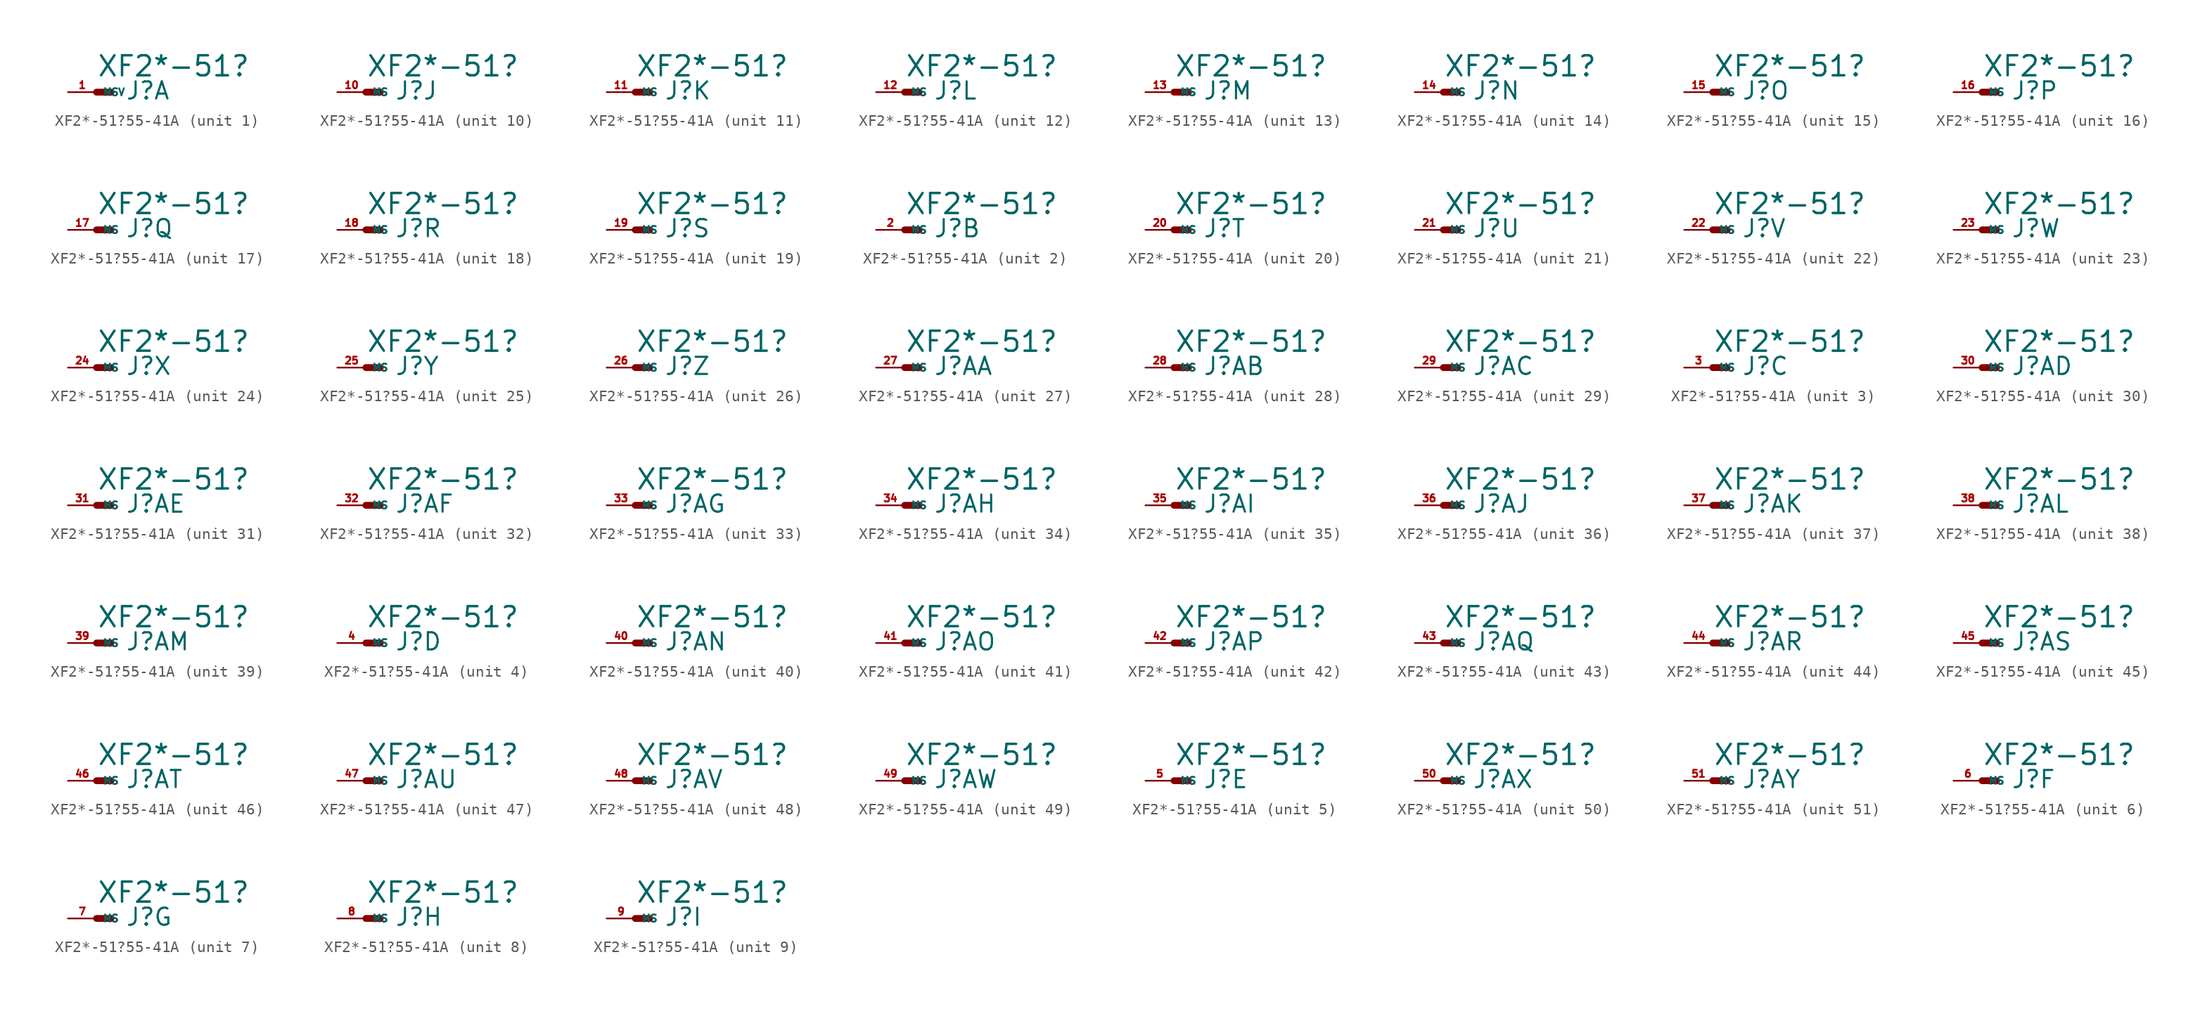
<source format=kicad_sym>
(kicad_symbol_lib
  (version 20220914)
  (generator Eagle2Kicad)
  (symbol "XF2*-51?55-41A"
    (property "Reference" "J"
      (at 2.54 -0.762 0)
      (effects (font (size 1.524 1.524) (thickness 0.19)) (justify left bottom)))
    (property "Value" "XF2*-51?"
      (at 0 1.27 0)
      (effects (font (size 1.778 1.778) (thickness 0.22)) (justify left bottom)))
    (symbol "XF2*-51?55-41A_1_0"
      (polyline (pts (xy 0 0) (xy 1.27 0)) (stroke (width 0.61) (type default)) (fill (type none)))
      (pin passive line (at -2.54 0 0) (length 2.54) (name "MSV" (effects (font (size 0.635 0.635) (thickness 0.08)) (justify left bottom))) (number "1" (effects (font (size 0.635 0.635) (thickness 0.08)) (justify left bottom)))))
    (symbol "XF2*-51?55-41A_2_0"
      (polyline (pts (xy 0 0) (xy 1.27 0)) (stroke (width 0.61) (type default)) (fill (type none)))
      (pin passive line (at -2.54 0 0) (length 2.54) (name "MS" (effects (font (size 0.635 0.635) (thickness 0.08)) (justify left bottom))) (number "2" (effects (font (size 0.635 0.635) (thickness 0.08)) (justify left bottom)))))
    (symbol "XF2*-51?55-41A_3_0"
      (polyline (pts (xy 0 0) (xy 1.27 0)) (stroke (width 0.61) (type default)) (fill (type none)))
      (pin passive line (at -2.54 0 0) (length 2.54) (name "MS" (effects (font (size 0.635 0.635) (thickness 0.08)) (justify left bottom))) (number "3" (effects (font (size 0.635 0.635) (thickness 0.08)) (justify left bottom)))))
    (symbol "XF2*-51?55-41A_4_0"
      (polyline (pts (xy 0 0) (xy 1.27 0)) (stroke (width 0.61) (type default)) (fill (type none)))
      (pin passive line (at -2.54 0 0) (length 2.54) (name "MS" (effects (font (size 0.635 0.635) (thickness 0.08)) (justify left bottom))) (number "4" (effects (font (size 0.635 0.635) (thickness 0.08)) (justify left bottom)))))
    (symbol "XF2*-51?55-41A_5_0"
      (polyline (pts (xy 0 0) (xy 1.27 0)) (stroke (width 0.61) (type default)) (fill (type none)))
      (pin passive line (at -2.54 0 0) (length 2.54) (name "MS" (effects (font (size 0.635 0.635) (thickness 0.08)) (justify left bottom))) (number "5" (effects (font (size 0.635 0.635) (thickness 0.08)) (justify left bottom)))))
    (symbol "XF2*-51?55-41A_6_0"
      (polyline (pts (xy 0 0) (xy 1.27 0)) (stroke (width 0.61) (type default)) (fill (type none)))
      (pin passive line (at -2.54 0 0) (length 2.54) (name "MS" (effects (font (size 0.635 0.635) (thickness 0.08)) (justify left bottom))) (number "6" (effects (font (size 0.635 0.635) (thickness 0.08)) (justify left bottom)))))
    (symbol "XF2*-51?55-41A_7_0"
      (polyline (pts (xy 0 0) (xy 1.27 0)) (stroke (width 0.61) (type default)) (fill (type none)))
      (pin passive line (at -2.54 0 0) (length 2.54) (name "MS" (effects (font (size 0.635 0.635) (thickness 0.08)) (justify left bottom))) (number "7" (effects (font (size 0.635 0.635) (thickness 0.08)) (justify left bottom)))))
    (symbol "XF2*-51?55-41A_8_0"
      (polyline (pts (xy 0 0) (xy 1.27 0)) (stroke (width 0.61) (type default)) (fill (type none)))
      (pin passive line (at -2.54 0 0) (length 2.54) (name "MS" (effects (font (size 0.635 0.635) (thickness 0.08)) (justify left bottom))) (number "8" (effects (font (size 0.635 0.635) (thickness 0.08)) (justify left bottom)))))
    (symbol "XF2*-51?55-41A_9_0"
      (polyline (pts (xy 0 0) (xy 1.27 0)) (stroke (width 0.61) (type default)) (fill (type none)))
      (pin passive line (at -2.54 0 0) (length 2.54) (name "MS" (effects (font (size 0.635 0.635) (thickness 0.08)) (justify left bottom))) (number "9" (effects (font (size 0.635 0.635) (thickness 0.08)) (justify left bottom)))))
    (symbol "XF2*-51?55-41A_10_0"
      (polyline (pts (xy 0 0) (xy 1.27 0)) (stroke (width 0.61) (type default)) (fill (type none)))
      (pin passive line (at -2.54 0 0) (length 2.54) (name "MS" (effects (font (size 0.635 0.635) (thickness 0.08)) (justify left bottom))) (number "10" (effects (font (size 0.635 0.635) (thickness 0.08)) (justify left bottom)))))
    (symbol "XF2*-51?55-41A_11_0"
      (polyline (pts (xy 0 0) (xy 1.27 0)) (stroke (width 0.61) (type default)) (fill (type none)))
      (pin passive line (at -2.54 0 0) (length 2.54) (name "MS" (effects (font (size 0.635 0.635) (thickness 0.08)) (justify left bottom))) (number "11" (effects (font (size 0.635 0.635) (thickness 0.08)) (justify left bottom)))))
    (symbol "XF2*-51?55-41A_12_0"
      (polyline (pts (xy 0 0) (xy 1.27 0)) (stroke (width 0.61) (type default)) (fill (type none)))
      (pin passive line (at -2.54 0 0) (length 2.54) (name "MS" (effects (font (size 0.635 0.635) (thickness 0.08)) (justify left bottom))) (number "12" (effects (font (size 0.635 0.635) (thickness 0.08)) (justify left bottom)))))
    (symbol "XF2*-51?55-41A_13_0"
      (polyline (pts (xy 0 0) (xy 1.27 0)) (stroke (width 0.61) (type default)) (fill (type none)))
      (pin passive line (at -2.54 0 0) (length 2.54) (name "MS" (effects (font (size 0.635 0.635) (thickness 0.08)) (justify left bottom))) (number "13" (effects (font (size 0.635 0.635) (thickness 0.08)) (justify left bottom)))))
    (symbol "XF2*-51?55-41A_14_0"
      (polyline (pts (xy 0 0) (xy 1.27 0)) (stroke (width 0.61) (type default)) (fill (type none)))
      (pin passive line (at -2.54 0 0) (length 2.54) (name "MS" (effects (font (size 0.635 0.635) (thickness 0.08)) (justify left bottom))) (number "14" (effects (font (size 0.635 0.635) (thickness 0.08)) (justify left bottom)))))
    (symbol "XF2*-51?55-41A_15_0"
      (polyline (pts (xy 0 0) (xy 1.27 0)) (stroke (width 0.61) (type default)) (fill (type none)))
      (pin passive line (at -2.54 0 0) (length 2.54) (name "MS" (effects (font (size 0.635 0.635) (thickness 0.08)) (justify left bottom))) (number "15" (effects (font (size 0.635 0.635) (thickness 0.08)) (justify left bottom)))))
    (symbol "XF2*-51?55-41A_16_0"
      (polyline (pts (xy 0 0) (xy 1.27 0)) (stroke (width 0.61) (type default)) (fill (type none)))
      (pin passive line (at -2.54 0 0) (length 2.54) (name "MS" (effects (font (size 0.635 0.635) (thickness 0.08)) (justify left bottom))) (number "16" (effects (font (size 0.635 0.635) (thickness 0.08)) (justify left bottom)))))
    (symbol "XF2*-51?55-41A_17_0"
      (polyline (pts (xy 0 0) (xy 1.27 0)) (stroke (width 0.61) (type default)) (fill (type none)))
      (pin passive line (at -2.54 0 0) (length 2.54) (name "MS" (effects (font (size 0.635 0.635) (thickness 0.08)) (justify left bottom))) (number "17" (effects (font (size 0.635 0.635) (thickness 0.08)) (justify left bottom)))))
    (symbol "XF2*-51?55-41A_18_0"
      (polyline (pts (xy 0 0) (xy 1.27 0)) (stroke (width 0.61) (type default)) (fill (type none)))
      (pin passive line (at -2.54 0 0) (length 2.54) (name "MS" (effects (font (size 0.635 0.635) (thickness 0.08)) (justify left bottom))) (number "18" (effects (font (size 0.635 0.635) (thickness 0.08)) (justify left bottom)))))
    (symbol "XF2*-51?55-41A_19_0"
      (polyline (pts (xy 0 0) (xy 1.27 0)) (stroke (width 0.61) (type default)) (fill (type none)))
      (pin passive line (at -2.54 0 0) (length 2.54) (name "MS" (effects (font (size 0.635 0.635) (thickness 0.08)) (justify left bottom))) (number "19" (effects (font (size 0.635 0.635) (thickness 0.08)) (justify left bottom)))))
    (symbol "XF2*-51?55-41A_20_0"
      (polyline (pts (xy 0 0) (xy 1.27 0)) (stroke (width 0.61) (type default)) (fill (type none)))
      (pin passive line (at -2.54 0 0) (length 2.54) (name "MS" (effects (font (size 0.635 0.635) (thickness 0.08)) (justify left bottom))) (number "20" (effects (font (size 0.635 0.635) (thickness 0.08)) (justify left bottom)))))
    (symbol "XF2*-51?55-41A_21_0"
      (polyline (pts (xy 0 0) (xy 1.27 0)) (stroke (width 0.61) (type default)) (fill (type none)))
      (pin passive line (at -2.54 0 0) (length 2.54) (name "MS" (effects (font (size 0.635 0.635) (thickness 0.08)) (justify left bottom))) (number "21" (effects (font (size 0.635 0.635) (thickness 0.08)) (justify left bottom)))))
    (symbol "XF2*-51?55-41A_22_0"
      (polyline (pts (xy 0 0) (xy 1.27 0)) (stroke (width 0.61) (type default)) (fill (type none)))
      (pin passive line (at -2.54 0 0) (length 2.54) (name "MS" (effects (font (size 0.635 0.635) (thickness 0.08)) (justify left bottom))) (number "22" (effects (font (size 0.635 0.635) (thickness 0.08)) (justify left bottom)))))
    (symbol "XF2*-51?55-41A_23_0"
      (polyline (pts (xy 0 0) (xy 1.27 0)) (stroke (width 0.61) (type default)) (fill (type none)))
      (pin passive line (at -2.54 0 0) (length 2.54) (name "MS" (effects (font (size 0.635 0.635) (thickness 0.08)) (justify left bottom))) (number "23" (effects (font (size 0.635 0.635) (thickness 0.08)) (justify left bottom)))))
    (symbol "XF2*-51?55-41A_24_0"
      (polyline (pts (xy 0 0) (xy 1.27 0)) (stroke (width 0.61) (type default)) (fill (type none)))
      (pin passive line (at -2.54 0 0) (length 2.54) (name "MS" (effects (font (size 0.635 0.635) (thickness 0.08)) (justify left bottom))) (number "24" (effects (font (size 0.635 0.635) (thickness 0.08)) (justify left bottom)))))
    (symbol "XF2*-51?55-41A_25_0"
      (polyline (pts (xy 0 0) (xy 1.27 0)) (stroke (width 0.61) (type default)) (fill (type none)))
      (pin passive line (at -2.54 0 0) (length 2.54) (name "MS" (effects (font (size 0.635 0.635) (thickness 0.08)) (justify left bottom))) (number "25" (effects (font (size 0.635 0.635) (thickness 0.08)) (justify left bottom)))))
    (symbol "XF2*-51?55-41A_26_0"
      (polyline (pts (xy 0 0) (xy 1.27 0)) (stroke (width 0.61) (type default)) (fill (type none)))
      (pin passive line (at -2.54 0 0) (length 2.54) (name "MS" (effects (font (size 0.635 0.635) (thickness 0.08)) (justify left bottom))) (number "26" (effects (font (size 0.635 0.635) (thickness 0.08)) (justify left bottom)))))
    (symbol "XF2*-51?55-41A_27_0"
      (polyline (pts (xy 0 0) (xy 1.27 0)) (stroke (width 0.61) (type default)) (fill (type none)))
      (pin passive line (at -2.54 0 0) (length 2.54) (name "MS" (effects (font (size 0.635 0.635) (thickness 0.08)) (justify left bottom))) (number "27" (effects (font (size 0.635 0.635) (thickness 0.08)) (justify left bottom)))))
    (symbol "XF2*-51?55-41A_28_0"
      (polyline (pts (xy 0 0) (xy 1.27 0)) (stroke (width 0.61) (type default)) (fill (type none)))
      (pin passive line (at -2.54 0 0) (length 2.54) (name "MS" (effects (font (size 0.635 0.635) (thickness 0.08)) (justify left bottom))) (number "28" (effects (font (size 0.635 0.635) (thickness 0.08)) (justify left bottom)))))
    (symbol "XF2*-51?55-41A_29_0"
      (polyline (pts (xy 0 0) (xy 1.27 0)) (stroke (width 0.61) (type default)) (fill (type none)))
      (pin passive line (at -2.54 0 0) (length 2.54) (name "MS" (effects (font (size 0.635 0.635) (thickness 0.08)) (justify left bottom))) (number "29" (effects (font (size 0.635 0.635) (thickness 0.08)) (justify left bottom)))))
    (symbol "XF2*-51?55-41A_30_0"
      (polyline (pts (xy 0 0) (xy 1.27 0)) (stroke (width 0.61) (type default)) (fill (type none)))
      (pin passive line (at -2.54 0 0) (length 2.54) (name "MS" (effects (font (size 0.635 0.635) (thickness 0.08)) (justify left bottom))) (number "30" (effects (font (size 0.635 0.635) (thickness 0.08)) (justify left bottom)))))
    (symbol "XF2*-51?55-41A_31_0"
      (polyline (pts (xy 0 0) (xy 1.27 0)) (stroke (width 0.61) (type default)) (fill (type none)))
      (pin passive line (at -2.54 0 0) (length 2.54) (name "MS" (effects (font (size 0.635 0.635) (thickness 0.08)) (justify left bottom))) (number "31" (effects (font (size 0.635 0.635) (thickness 0.08)) (justify left bottom)))))
    (symbol "XF2*-51?55-41A_32_0"
      (polyline (pts (xy 0 0) (xy 1.27 0)) (stroke (width 0.61) (type default)) (fill (type none)))
      (pin passive line (at -2.54 0 0) (length 2.54) (name "MS" (effects (font (size 0.635 0.635) (thickness 0.08)) (justify left bottom))) (number "32" (effects (font (size 0.635 0.635) (thickness 0.08)) (justify left bottom)))))
    (symbol "XF2*-51?55-41A_33_0"
      (polyline (pts (xy 0 0) (xy 1.27 0)) (stroke (width 0.61) (type default)) (fill (type none)))
      (pin passive line (at -2.54 0 0) (length 2.54) (name "MS" (effects (font (size 0.635 0.635) (thickness 0.08)) (justify left bottom))) (number "33" (effects (font (size 0.635 0.635) (thickness 0.08)) (justify left bottom)))))
    (symbol "XF2*-51?55-41A_34_0"
      (polyline (pts (xy 0 0) (xy 1.27 0)) (stroke (width 0.61) (type default)) (fill (type none)))
      (pin passive line (at -2.54 0 0) (length 2.54) (name "MS" (effects (font (size 0.635 0.635) (thickness 0.08)) (justify left bottom))) (number "34" (effects (font (size 0.635 0.635) (thickness 0.08)) (justify left bottom)))))
    (symbol "XF2*-51?55-41A_35_0"
      (polyline (pts (xy 0 0) (xy 1.27 0)) (stroke (width 0.61) (type default)) (fill (type none)))
      (pin passive line (at -2.54 0 0) (length 2.54) (name "MS" (effects (font (size 0.635 0.635) (thickness 0.08)) (justify left bottom))) (number "35" (effects (font (size 0.635 0.635) (thickness 0.08)) (justify left bottom)))))
    (symbol "XF2*-51?55-41A_36_0"
      (polyline (pts (xy 0 0) (xy 1.27 0)) (stroke (width 0.61) (type default)) (fill (type none)))
      (pin passive line (at -2.54 0 0) (length 2.54) (name "MS" (effects (font (size 0.635 0.635) (thickness 0.08)) (justify left bottom))) (number "36" (effects (font (size 0.635 0.635) (thickness 0.08)) (justify left bottom)))))
    (symbol "XF2*-51?55-41A_37_0"
      (polyline (pts (xy 0 0) (xy 1.27 0)) (stroke (width 0.61) (type default)) (fill (type none)))
      (pin passive line (at -2.54 0 0) (length 2.54) (name "MS" (effects (font (size 0.635 0.635) (thickness 0.08)) (justify left bottom))) (number "37" (effects (font (size 0.635 0.635) (thickness 0.08)) (justify left bottom)))))
    (symbol "XF2*-51?55-41A_38_0"
      (polyline (pts (xy 0 0) (xy 1.27 0)) (stroke (width 0.61) (type default)) (fill (type none)))
      (pin passive line (at -2.54 0 0) (length 2.54) (name "MS" (effects (font (size 0.635 0.635) (thickness 0.08)) (justify left bottom))) (number "38" (effects (font (size 0.635 0.635) (thickness 0.08)) (justify left bottom)))))
    (symbol "XF2*-51?55-41A_39_0"
      (polyline (pts (xy 0 0) (xy 1.27 0)) (stroke (width 0.61) (type default)) (fill (type none)))
      (pin passive line (at -2.54 0 0) (length 2.54) (name "MS" (effects (font (size 0.635 0.635) (thickness 0.08)) (justify left bottom))) (number "39" (effects (font (size 0.635 0.635) (thickness 0.08)) (justify left bottom)))))
    (symbol "XF2*-51?55-41A_40_0"
      (polyline (pts (xy 0 0) (xy 1.27 0)) (stroke (width 0.61) (type default)) (fill (type none)))
      (pin passive line (at -2.54 0 0) (length 2.54) (name "MS" (effects (font (size 0.635 0.635) (thickness 0.08)) (justify left bottom))) (number "40" (effects (font (size 0.635 0.635) (thickness 0.08)) (justify left bottom)))))
    (symbol "XF2*-51?55-41A_41_0"
      (polyline (pts (xy 0 0) (xy 1.27 0)) (stroke (width 0.61) (type default)) (fill (type none)))
      (pin passive line (at -2.54 0 0) (length 2.54) (name "MS" (effects (font (size 0.635 0.635) (thickness 0.08)) (justify left bottom))) (number "41" (effects (font (size 0.635 0.635) (thickness 0.08)) (justify left bottom)))))
    (symbol "XF2*-51?55-41A_42_0"
      (polyline (pts (xy 0 0) (xy 1.27 0)) (stroke (width 0.61) (type default)) (fill (type none)))
      (pin passive line (at -2.54 0 0) (length 2.54) (name "MS" (effects (font (size 0.635 0.635) (thickness 0.08)) (justify left bottom))) (number "42" (effects (font (size 0.635 0.635) (thickness 0.08)) (justify left bottom)))))
    (symbol "XF2*-51?55-41A_43_0"
      (polyline (pts (xy 0 0) (xy 1.27 0)) (stroke (width 0.61) (type default)) (fill (type none)))
      (pin passive line (at -2.54 0 0) (length 2.54) (name "MS" (effects (font (size 0.635 0.635) (thickness 0.08)) (justify left bottom))) (number "43" (effects (font (size 0.635 0.635) (thickness 0.08)) (justify left bottom)))))
    (symbol "XF2*-51?55-41A_44_0"
      (polyline (pts (xy 0 0) (xy 1.27 0)) (stroke (width 0.61) (type default)) (fill (type none)))
      (pin passive line (at -2.54 0 0) (length 2.54) (name "MS" (effects (font (size 0.635 0.635) (thickness 0.08)) (justify left bottom))) (number "44" (effects (font (size 0.635 0.635) (thickness 0.08)) (justify left bottom)))))
    (symbol "XF2*-51?55-41A_45_0"
      (polyline (pts (xy 0 0) (xy 1.27 0)) (stroke (width 0.61) (type default)) (fill (type none)))
      (pin passive line (at -2.54 0 0) (length 2.54) (name "MS" (effects (font (size 0.635 0.635) (thickness 0.08)) (justify left bottom))) (number "45" (effects (font (size 0.635 0.635) (thickness 0.08)) (justify left bottom)))))
    (symbol "XF2*-51?55-41A_46_0"
      (polyline (pts (xy 0 0) (xy 1.27 0)) (stroke (width 0.61) (type default)) (fill (type none)))
      (pin passive line (at -2.54 0 0) (length 2.54) (name "MS" (effects (font (size 0.635 0.635) (thickness 0.08)) (justify left bottom))) (number "46" (effects (font (size 0.635 0.635) (thickness 0.08)) (justify left bottom)))))
    (symbol "XF2*-51?55-41A_47_0"
      (polyline (pts (xy 0 0) (xy 1.27 0)) (stroke (width 0.61) (type default)) (fill (type none)))
      (pin passive line (at -2.54 0 0) (length 2.54) (name "MS" (effects (font (size 0.635 0.635) (thickness 0.08)) (justify left bottom))) (number "47" (effects (font (size 0.635 0.635) (thickness 0.08)) (justify left bottom)))))
    (symbol "XF2*-51?55-41A_48_0"
      (polyline (pts (xy 0 0) (xy 1.27 0)) (stroke (width 0.61) (type default)) (fill (type none)))
      (pin passive line (at -2.54 0 0) (length 2.54) (name "MS" (effects (font (size 0.635 0.635) (thickness 0.08)) (justify left bottom))) (number "48" (effects (font (size 0.635 0.635) (thickness 0.08)) (justify left bottom)))))
    (symbol "XF2*-51?55-41A_49_0"
      (polyline (pts (xy 0 0) (xy 1.27 0)) (stroke (width 0.61) (type default)) (fill (type none)))
      (pin passive line (at -2.54 0 0) (length 2.54) (name "MS" (effects (font (size 0.635 0.635) (thickness 0.08)) (justify left bottom))) (number "49" (effects (font (size 0.635 0.635) (thickness 0.08)) (justify left bottom)))))
    (symbol "XF2*-51?55-41A_50_0"
      (polyline (pts (xy 0 0) (xy 1.27 0)) (stroke (width 0.61) (type default)) (fill (type none)))
      (pin passive line (at -2.54 0 0) (length 2.54) (name "MS" (effects (font (size 0.635 0.635) (thickness 0.08)) (justify left bottom))) (number "50" (effects (font (size 0.635 0.635) (thickness 0.08)) (justify left bottom)))))
    (symbol "XF2*-51?55-41A_51_0"
      (polyline (pts (xy 0 0) (xy 1.27 0)) (stroke (width 0.61) (type default)) (fill (type none)))
      (pin passive line (at -2.54 0 0) (length 2.54) (name "MS" (effects (font (size 0.635 0.635) (thickness 0.08)) (justify left bottom))) (number "51" (effects (font (size 0.635 0.635) (thickness 0.08)) (justify left bottom)))))))
</source>
